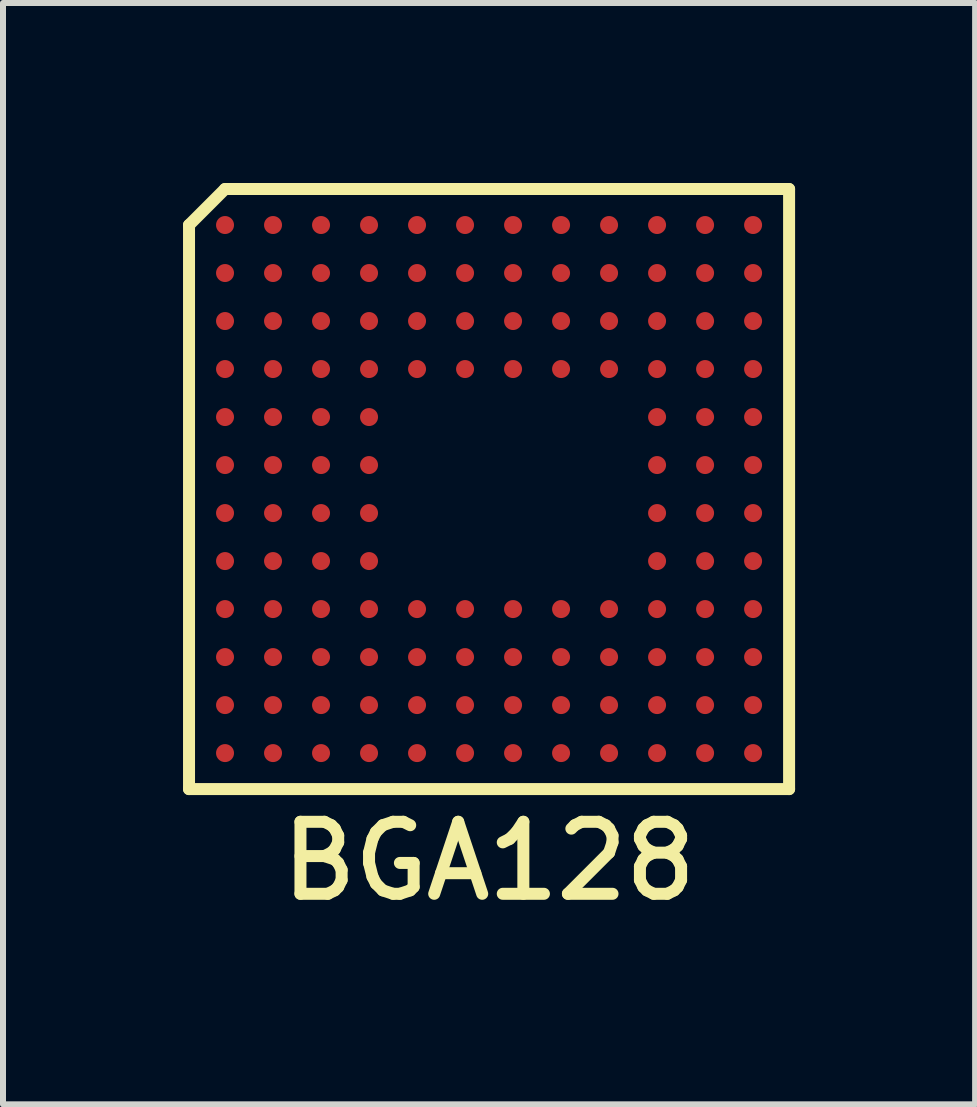
<source format=kicad_pcb>
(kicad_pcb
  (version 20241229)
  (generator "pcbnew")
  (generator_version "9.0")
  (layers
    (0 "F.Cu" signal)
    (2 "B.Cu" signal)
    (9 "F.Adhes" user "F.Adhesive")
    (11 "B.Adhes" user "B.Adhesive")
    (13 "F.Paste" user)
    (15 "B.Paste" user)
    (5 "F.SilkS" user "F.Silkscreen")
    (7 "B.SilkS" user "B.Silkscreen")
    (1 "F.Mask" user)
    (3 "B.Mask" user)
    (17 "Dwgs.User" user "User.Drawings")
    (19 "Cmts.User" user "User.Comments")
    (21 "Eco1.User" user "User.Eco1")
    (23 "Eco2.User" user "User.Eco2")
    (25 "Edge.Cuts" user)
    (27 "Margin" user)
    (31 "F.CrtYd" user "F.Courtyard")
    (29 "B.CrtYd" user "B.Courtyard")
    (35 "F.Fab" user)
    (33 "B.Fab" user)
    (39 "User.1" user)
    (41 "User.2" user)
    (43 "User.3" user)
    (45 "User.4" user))
  (footprint "BGA128"
    (layer "F.Cu")
    (at 5.1 5.1)
    (property "Reference" "BGA128" (at 0 6.2 0) (layer "F.SilkS") (effects (font (size 1.2 1.2) (thickness 0.2))))
    (attr through_hole)
    (fp_line (start -5 -4.4) (end -5 5) (stroke (width 0.2) (type solid)) (layer "F.SilkS"))
    (fp_line (start -5 5) (end 5 5) (stroke (width 0.2) (type solid)) (layer "F.SilkS"))
    (fp_line (start -4.4 -5) (end -5 -4.4) (stroke (width 0.2) (type solid)) (layer "F.SilkS"))
    (fp_line (start 5 -5) (end -4.4 -5) (stroke (width 0.2) (type solid)) (layer "F.SilkS"))
    (fp_line (start 5 5) (end 5 -5) (stroke (width 0.2) (type solid)) (layer "F.SilkS"))
    (pad "A1" smd circle (at -4.4 -4.4) (size 0.3 0.3) (layers "F.Cu" "F.Mask" "F.Paste"))
    (pad "A2" smd circle (at -3.6 -4.4) (size 0.3 0.3) (layers "F.Cu" "F.Mask" "F.Paste"))
    (pad "A3" smd circle (at -2.8 -4.4) (size 0.3 0.3) (layers "F.Cu" "F.Mask" "F.Paste"))
    (pad "A4" smd circle (at -2 -4.4) (size 0.3 0.3) (layers "F.Cu" "F.Mask" "F.Paste"))
    (pad "A5" smd circle (at -1.2 -4.4) (size 0.3 0.3) (layers "F.Cu" "F.Mask" "F.Paste"))
    (pad "A6" smd circle (at -0.4 -4.4) (size 0.3 0.3) (layers "F.Cu" "F.Mask" "F.Paste"))
    (pad "A7" smd circle (at 0.4 -4.4) (size 0.3 0.3) (layers "F.Cu" "F.Mask" "F.Paste"))
    (pad "A8" smd circle (at 1.2 -4.4) (size 0.3 0.3) (layers "F.Cu" "F.Mask" "F.Paste"))
    (pad "A9" smd circle (at 2 -4.4) (size 0.3 0.3) (layers "F.Cu" "F.Mask" "F.Paste"))
    (pad "A10" smd circle (at 2.8 -4.4) (size 0.3 0.3) (layers "F.Cu" "F.Mask" "F.Paste"))
    (pad "A11" smd circle (at 3.6 -4.4) (size 0.3 0.3) (layers "F.Cu" "F.Mask" "F.Paste"))
    (pad "A12" smd circle (at 4.4 -4.4) (size 0.3 0.3) (layers "F.Cu" "F.Mask" "F.Paste"))
    (pad "B1" smd circle (at -4.4 -3.6) (size 0.3 0.3) (layers "F.Cu" "F.Mask" "F.Paste"))
    (pad "B2" smd circle (at -3.6 -3.6) (size 0.3 0.3) (layers "F.Cu" "F.Mask" "F.Paste"))
    (pad "B3" smd circle (at -2.8 -3.6) (size 0.3 0.3) (layers "F.Cu" "F.Mask" "F.Paste"))
    (pad "B4" smd circle (at -2 -3.6) (size 0.3 0.3) (layers "F.Cu" "F.Mask" "F.Paste"))
    (pad "B5" smd circle (at -1.2 -3.6) (size 0.3 0.3) (layers "F.Cu" "F.Mask" "F.Paste"))
    (pad "B6" smd circle (at -0.4 -3.6) (size 0.3 0.3) (layers "F.Cu" "F.Mask" "F.Paste"))
    (pad "B7" smd circle (at 0.4 -3.6) (size 0.3 0.3) (layers "F.Cu" "F.Mask" "F.Paste"))
    (pad "B8" smd circle (at 1.2 -3.6) (size 0.3 0.3) (layers "F.Cu" "F.Mask" "F.Paste"))
    (pad "B9" smd circle (at 2 -3.6) (size 0.3 0.3) (layers "F.Cu" "F.Mask" "F.Paste"))
    (pad "B10" smd circle (at 2.8 -3.6) (size 0.3 0.3) (layers "F.Cu" "F.Mask" "F.Paste"))
    (pad "B11" smd circle (at 3.6 -3.6) (size 0.3 0.3) (layers "F.Cu" "F.Mask" "F.Paste"))
    (pad "B12" smd circle (at 4.4 -3.6) (size 0.3 0.3) (layers "F.Cu" "F.Mask" "F.Paste"))
    (pad "C1" smd circle (at -4.4 -2.8) (size 0.3 0.3) (layers "F.Cu" "F.Mask" "F.Paste"))
    (pad "C2" smd circle (at -3.6 -2.8) (size 0.3 0.3) (layers "F.Cu" "F.Mask" "F.Paste"))
    (pad "C3" smd circle (at -2.8 -2.8) (size 0.3 0.3) (layers "F.Cu" "F.Mask" "F.Paste"))
    (pad "C4" smd circle (at -2 -2.8) (size 0.3 0.3) (layers "F.Cu" "F.Mask" "F.Paste"))
    (pad "C5" smd circle (at -1.2 -2.8) (size 0.3 0.3) (layers "F.Cu" "F.Mask" "F.Paste"))
    (pad "C6" smd circle (at -0.4 -2.8) (size 0.3 0.3) (layers "F.Cu" "F.Mask" "F.Paste"))
    (pad "C7" smd circle (at 0.4 -2.8) (size 0.3 0.3) (layers "F.Cu" "F.Mask" "F.Paste"))
    (pad "C8" smd circle (at 1.2 -2.8) (size 0.3 0.3) (layers "F.Cu" "F.Mask" "F.Paste"))
    (pad "C9" smd circle (at 2 -2.8) (size 0.3 0.3) (layers "F.Cu" "F.Mask" "F.Paste"))
    (pad "C10" smd circle (at 2.8 -2.8) (size 0.3 0.3) (layers "F.Cu" "F.Mask" "F.Paste"))
    (pad "C11" smd circle (at 3.6 -2.8) (size 0.3 0.3) (layers "F.Cu" "F.Mask" "F.Paste"))
    (pad "C12" smd circle (at 4.4 -2.8) (size 0.3 0.3) (layers "F.Cu" "F.Mask" "F.Paste"))
    (pad "D1" smd circle (at -4.4 -2) (size 0.3 0.3) (layers "F.Cu" "F.Mask" "F.Paste"))
    (pad "D2" smd circle (at -3.6 -2) (size 0.3 0.3) (layers "F.Cu" "F.Mask" "F.Paste"))
    (pad "D3" smd circle (at -2.8 -2) (size 0.3 0.3) (layers "F.Cu" "F.Mask" "F.Paste"))
    (pad "D4" smd circle (at -2 -2) (size 0.3 0.3) (layers "F.Cu" "F.Mask" "F.Paste"))
    (pad "D5" smd circle (at -1.2 -2) (size 0.3 0.3) (layers "F.Cu" "F.Mask" "F.Paste"))
    (pad "D6" smd circle (at -0.4 -2) (size 0.3 0.3) (layers "F.Cu" "F.Mask" "F.Paste"))
    (pad "D7" smd circle (at 0.4 -2) (size 0.3 0.3) (layers "F.Cu" "F.Mask" "F.Paste"))
    (pad "D8" smd circle (at 1.2 -2) (size 0.3 0.3) (layers "F.Cu" "F.Mask" "F.Paste"))
    (pad "D9" smd circle (at 2 -2) (size 0.3 0.3) (layers "F.Cu" "F.Mask" "F.Paste"))
    (pad "D10" smd circle (at 2.8 -2) (size 0.3 0.3) (layers "F.Cu" "F.Mask" "F.Paste"))
    (pad "D11" smd circle (at 3.6 -2) (size 0.3 0.3) (layers "F.Cu" "F.Mask" "F.Paste"))
    (pad "D12" smd circle (at 4.4 -2) (size 0.3 0.3) (layers "F.Cu" "F.Mask" "F.Paste"))
    (pad "E1" smd circle (at -4.4 -1.2) (size 0.3 0.3) (layers "F.Cu" "F.Mask" "F.Paste"))
    (pad "E2" smd circle (at -3.6 -1.2) (size 0.3 0.3) (layers "F.Cu" "F.Mask" "F.Paste"))
    (pad "E3" smd circle (at -2.8 -1.2) (size 0.3 0.3) (layers "F.Cu" "F.Mask" "F.Paste"))
    (pad "E4" smd circle (at -2 -1.2) (size 0.3 0.3) (layers "F.Cu" "F.Mask" "F.Paste"))
    (pad "E10" smd circle (at 2.8 -1.2) (size 0.3 0.3) (layers "F.Cu" "F.Mask" "F.Paste"))
    (pad "E11" smd circle (at 3.6 -1.2) (size 0.3 0.3) (layers "F.Cu" "F.Mask" "F.Paste"))
    (pad "E12" smd circle (at 4.4 -1.2) (size 0.3 0.3) (layers "F.Cu" "F.Mask" "F.Paste"))
    (pad "F1" smd circle (at -4.4 -0.4) (size 0.3 0.3) (layers "F.Cu" "F.Mask" "F.Paste"))
    (pad "F2" smd circle (at -3.6 -0.4) (size 0.3 0.3) (layers "F.Cu" "F.Mask" "F.Paste"))
    (pad "F3" smd circle (at -2.8 -0.4) (size 0.3 0.3) (layers "F.Cu" "F.Mask" "F.Paste"))
    (pad "F4" smd circle (at -2 -0.4) (size 0.3 0.3) (layers "F.Cu" "F.Mask" "F.Paste"))
    (pad "F10" smd circle (at 2.8 -0.4) (size 0.3 0.3) (layers "F.Cu" "F.Mask" "F.Paste"))
    (pad "F11" smd circle (at 3.6 -0.4) (size 0.3 0.3) (layers "F.Cu" "F.Mask" "F.Paste"))
    (pad "F12" smd circle (at 4.4 -0.4) (size 0.3 0.3) (layers "F.Cu" "F.Mask" "F.Paste"))
    (pad "G1" smd circle (at -4.4 0.4) (size 0.3 0.3) (layers "F.Cu" "F.Mask" "F.Paste"))
    (pad "G2" smd circle (at -3.6 0.4) (size 0.3 0.3) (layers "F.Cu" "F.Mask" "F.Paste"))
    (pad "G3" smd circle (at -2.8 0.4) (size 0.3 0.3) (layers "F.Cu" "F.Mask" "F.Paste"))
    (pad "G4" smd circle (at -2 0.4) (size 0.3 0.3) (layers "F.Cu" "F.Mask" "F.Paste"))
    (pad "G10" smd circle (at 2.8 0.4) (size 0.3 0.3) (layers "F.Cu" "F.Mask" "F.Paste"))
    (pad "G11" smd circle (at 3.6 0.4) (size 0.3 0.3) (layers "F.Cu" "F.Mask" "F.Paste"))
    (pad "G12" smd circle (at 4.4 0.4) (size 0.3 0.3) (layers "F.Cu" "F.Mask" "F.Paste"))
    (pad "H1" smd circle (at -4.4 1.2) (size 0.3 0.3) (layers "F.Cu" "F.Mask" "F.Paste"))
    (pad "H2" smd circle (at -3.6 1.2) (size 0.3 0.3) (layers "F.Cu" "F.Mask" "F.Paste"))
    (pad "H3" smd circle (at -2.8 1.2) (size 0.3 0.3) (layers "F.Cu" "F.Mask" "F.Paste"))
    (pad "H4" smd circle (at -2 1.2) (size 0.3 0.3) (layers "F.Cu" "F.Mask" "F.Paste"))
    (pad "H10" smd circle (at 2.8 1.2) (size 0.3 0.3) (layers "F.Cu" "F.Mask" "F.Paste"))
    (pad "H11" smd circle (at 3.6 1.2) (size 0.3 0.3) (layers "F.Cu" "F.Mask" "F.Paste"))
    (pad "H12" smd circle (at 4.4 1.2) (size 0.3 0.3) (layers "F.Cu" "F.Mask" "F.Paste"))
    (pad "J1" smd circle (at -4.4 2) (size 0.3 0.3) (layers "F.Cu" "F.Mask" "F.Paste"))
    (pad "J2" smd circle (at -3.6 2) (size 0.3 0.3) (layers "F.Cu" "F.Mask" "F.Paste"))
    (pad "J3" smd circle (at -2.8 2) (size 0.3 0.3) (layers "F.Cu" "F.Mask" "F.Paste"))
    (pad "J4" smd circle (at -2 2) (size 0.3 0.3) (layers "F.Cu" "F.Mask" "F.Paste"))
    (pad "J5" smd circle (at -1.2 2) (size 0.3 0.3) (layers "F.Cu" "F.Mask" "F.Paste"))
    (pad "J6" smd circle (at -0.4 2) (size 0.3 0.3) (layers "F.Cu" "F.Mask" "F.Paste"))
    (pad "J7" smd circle (at 0.4 2) (size 0.3 0.3) (layers "F.Cu" "F.Mask" "F.Paste"))
    (pad "J8" smd circle (at 1.2 2) (size 0.3 0.3) (layers "F.Cu" "F.Mask" "F.Paste"))
    (pad "J9" smd circle (at 2 2) (size 0.3 0.3) (layers "F.Cu" "F.Mask" "F.Paste"))
    (pad "J10" smd circle (at 2.8 2) (size 0.3 0.3) (layers "F.Cu" "F.Mask" "F.Paste"))
    (pad "J11" smd circle (at 3.6 2) (size 0.3 0.3) (layers "F.Cu" "F.Mask" "F.Paste"))
    (pad "J12" smd circle (at 4.4 2) (size 0.3 0.3) (layers "F.Cu" "F.Mask" "F.Paste"))
    (pad "K1" smd circle (at -4.4 2.8) (size 0.3 0.3) (layers "F.Cu" "F.Mask" "F.Paste"))
    (pad "K2" smd circle (at -3.6 2.8) (size 0.3 0.3) (layers "F.Cu" "F.Mask" "F.Paste"))
    (pad "K3" smd circle (at -2.8 2.8) (size 0.3 0.3) (layers "F.Cu" "F.Mask" "F.Paste"))
    (pad "K4" smd circle (at -2 2.8) (size 0.3 0.3) (layers "F.Cu" "F.Mask" "F.Paste"))
    (pad "K5" smd circle (at -1.2 2.8) (size 0.3 0.3) (layers "F.Cu" "F.Mask" "F.Paste"))
    (pad "K6" smd circle (at -0.4 2.8) (size 0.3 0.3) (layers "F.Cu" "F.Mask" "F.Paste"))
    (pad "K7" smd circle (at 0.4 2.8) (size 0.3 0.3) (layers "F.Cu" "F.Mask" "F.Paste"))
    (pad "K8" smd circle (at 1.2 2.8) (size 0.3 0.3) (layers "F.Cu" "F.Mask" "F.Paste"))
    (pad "K9" smd circle (at 2 2.8) (size 0.3 0.3) (layers "F.Cu" "F.Mask" "F.Paste"))
    (pad "K10" smd circle (at 2.8 2.8) (size 0.3 0.3) (layers "F.Cu" "F.Mask" "F.Paste"))
    (pad "K11" smd circle (at 3.6 2.8) (size 0.3 0.3) (layers "F.Cu" "F.Mask" "F.Paste"))
    (pad "K12" smd circle (at 4.4 2.8) (size 0.3 0.3) (layers "F.Cu" "F.Mask" "F.Paste"))
    (pad "L1" smd circle (at -4.4 3.6) (size 0.3 0.3) (layers "F.Cu" "F.Mask" "F.Paste"))
    (pad "L2" smd circle (at -3.6 3.6) (size 0.3 0.3) (layers "F.Cu" "F.Mask" "F.Paste"))
    (pad "L3" smd circle (at -2.8 3.6) (size 0.3 0.3) (layers "F.Cu" "F.Mask" "F.Paste"))
    (pad "L4" smd circle (at -2 3.6) (size 0.3 0.3) (layers "F.Cu" "F.Mask" "F.Paste"))
    (pad "L5" smd circle (at -1.2 3.6) (size 0.3 0.3) (layers "F.Cu" "F.Mask" "F.Paste"))
    (pad "L6" smd circle (at -0.4 3.6) (size 0.3 0.3) (layers "F.Cu" "F.Mask" "F.Paste"))
    (pad "L7" smd circle (at 0.4 3.6) (size 0.3 0.3) (layers "F.Cu" "F.Mask" "F.Paste"))
    (pad "L8" smd circle (at 1.2 3.6) (size 0.3 0.3) (layers "F.Cu" "F.Mask" "F.Paste"))
    (pad "L9" smd circle (at 2 3.6) (size 0.3 0.3) (layers "F.Cu" "F.Mask" "F.Paste"))
    (pad "L10" smd circle (at 2.8 3.6) (size 0.3 0.3) (layers "F.Cu" "F.Mask" "F.Paste"))
    (pad "L11" smd circle (at 3.6 3.6) (size 0.3 0.3) (layers "F.Cu" "F.Mask" "F.Paste"))
    (pad "L12" smd circle (at 4.4 3.6) (size 0.3 0.3) (layers "F.Cu" "F.Mask" "F.Paste"))
    (pad "M1" smd circle (at -4.4 4.4) (size 0.3 0.3) (layers "F.Cu" "F.Mask" "F.Paste"))
    (pad "M2" smd circle (at -3.6 4.4) (size 0.3 0.3) (layers "F.Cu" "F.Mask" "F.Paste"))
    (pad "M3" smd circle (at -2.8 4.4) (size 0.3 0.3) (layers "F.Cu" "F.Mask" "F.Paste"))
    (pad "M4" smd circle (at -2 4.4) (size 0.3 0.3) (layers "F.Cu" "F.Mask" "F.Paste"))
    (pad "M5" smd circle (at -1.2 4.4) (size 0.3 0.3) (layers "F.Cu" "F.Mask" "F.Paste"))
    (pad "M6" smd circle (at -0.4 4.4) (size 0.3 0.3) (layers "F.Cu" "F.Mask" "F.Paste"))
    (pad "M7" smd circle (at 0.4 4.4) (size 0.3 0.3) (layers "F.Cu" "F.Mask" "F.Paste"))
    (pad "M8" smd circle (at 1.2 4.4) (size 0.3 0.3) (layers "F.Cu" "F.Mask" "F.Paste"))
    (pad "M9" smd circle (at 2 4.4) (size 0.3 0.3) (layers "F.Cu" "F.Mask" "F.Paste"))
    (pad "M10" smd circle (at 2.8 4.4) (size 0.3 0.3) (layers "F.Cu" "F.Mask" "F.Paste"))
    (pad "M11" smd circle (at 3.6 4.4) (size 0.3 0.3) (layers "F.Cu" "F.Mask" "F.Paste"))
    (pad "M12" smd circle (at 4.4 4.4) (size 0.3 0.3) (layers "F.Cu" "F.Mask" "F.Paste")))
  (gr_rect
    (start -3 -3)
    (end 13.2 15.353)
    (stroke (width 0.1) (type default))
    (fill no)
    (layer "Edge.Cuts")))
</source>
